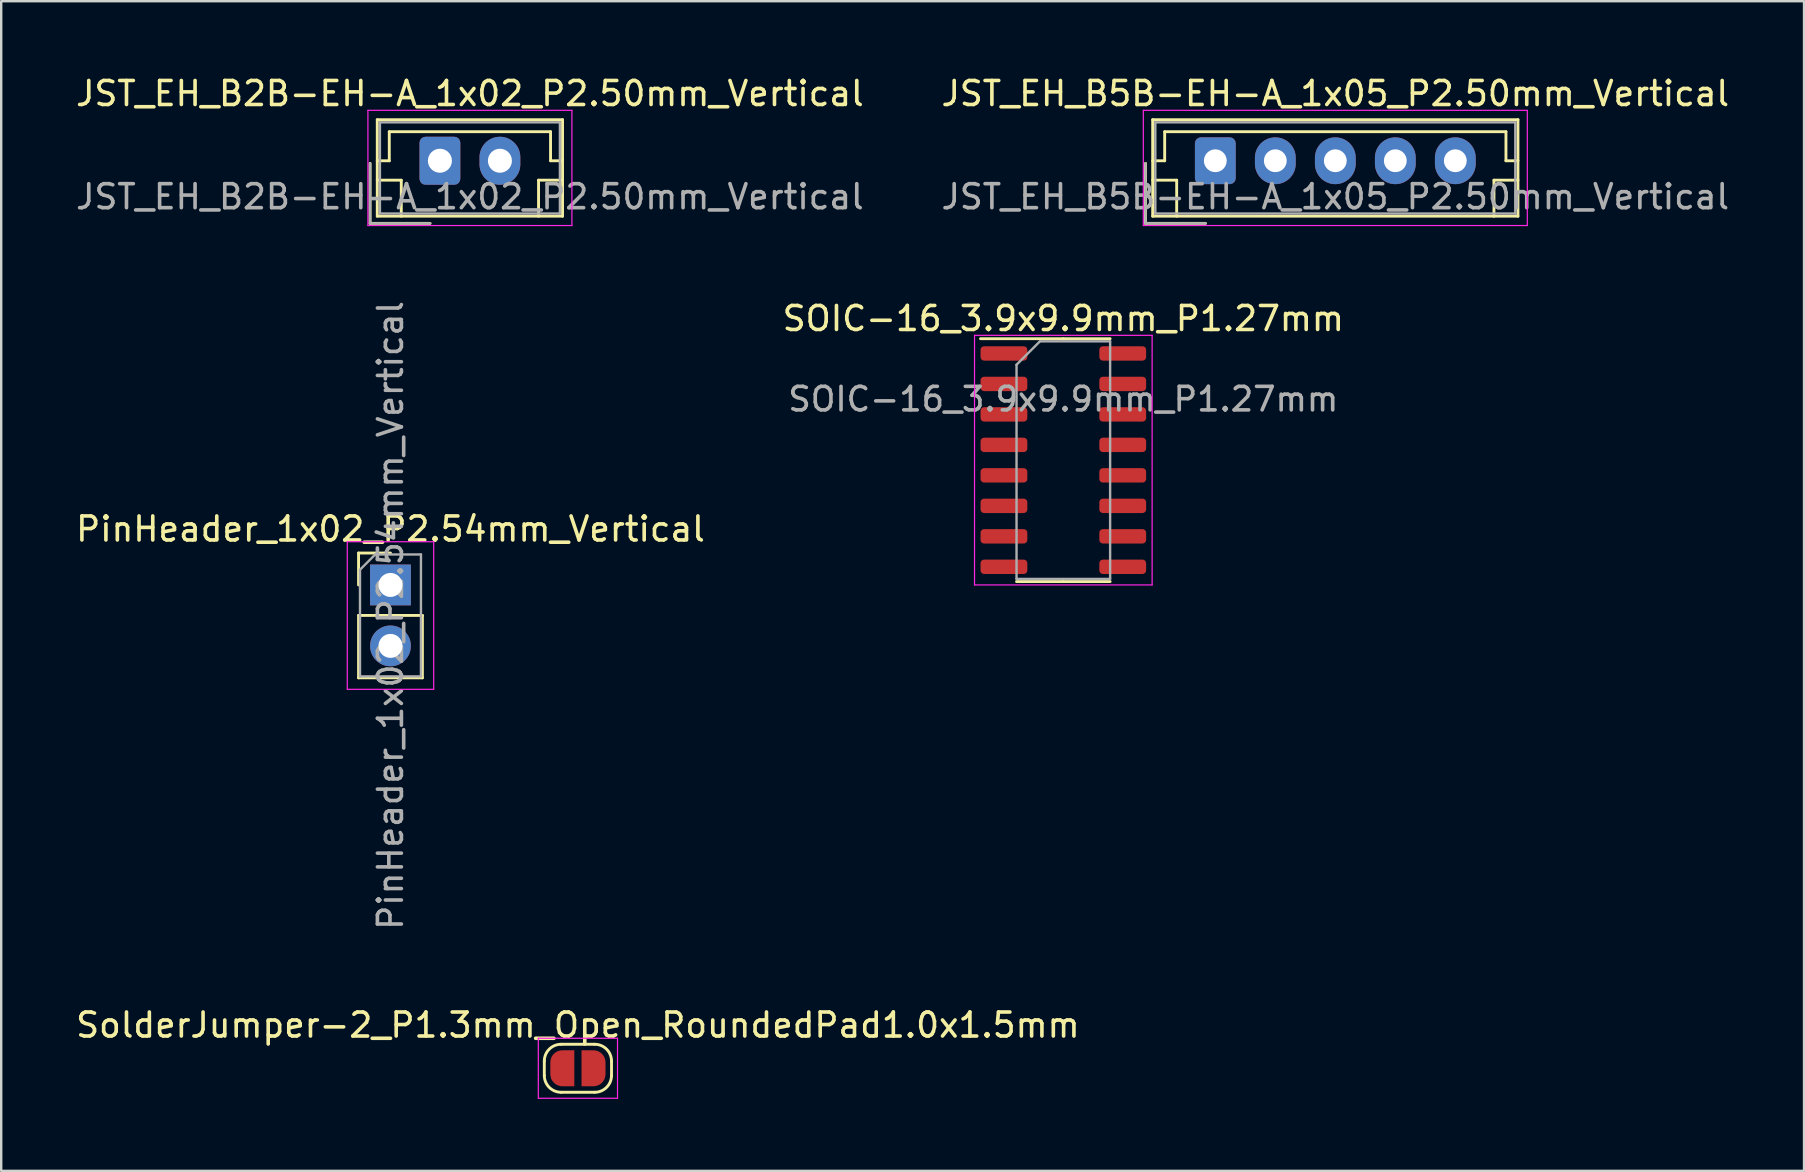
<source format=kicad_pcb>
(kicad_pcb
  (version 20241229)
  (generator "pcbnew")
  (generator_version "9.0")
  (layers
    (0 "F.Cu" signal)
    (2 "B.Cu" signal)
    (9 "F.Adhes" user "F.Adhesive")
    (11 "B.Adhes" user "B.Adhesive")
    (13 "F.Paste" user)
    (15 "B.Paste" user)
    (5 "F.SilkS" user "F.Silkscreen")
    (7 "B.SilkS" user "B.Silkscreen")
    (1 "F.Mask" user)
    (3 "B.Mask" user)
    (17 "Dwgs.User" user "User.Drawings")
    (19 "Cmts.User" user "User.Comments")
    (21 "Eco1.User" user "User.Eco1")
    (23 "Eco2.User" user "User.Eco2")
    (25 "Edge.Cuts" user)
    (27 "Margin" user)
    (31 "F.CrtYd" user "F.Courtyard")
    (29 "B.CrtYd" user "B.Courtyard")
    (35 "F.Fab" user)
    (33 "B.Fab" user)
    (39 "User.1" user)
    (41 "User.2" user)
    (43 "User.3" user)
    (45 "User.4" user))
  (footprint "SOIC-16_3.9x9.9mm_P1.27mm"
    (layer "F.Cu")
    (at 41.256 16.122)
    (property "Reference" "SOIC-16_3.9x9.9mm_P1.27mm" (at 0 -5.9 0) (layer "F.SilkS") (effects (font (size 1 1) (thickness 0.15))))
    (attr smd)
    (fp_line (start 0 -5.06) (end -3.45 -5.06) (stroke (width 0.12) (type solid)) (layer "F.SilkS"))
    (fp_line (start 0 -5.06) (end 1.95 -5.06) (stroke (width 0.12) (type solid)) (layer "F.SilkS"))
    (fp_line (start 0 5.06) (end -1.95 5.06) (stroke (width 0.12) (type solid)) (layer "F.SilkS"))
    (fp_line (start 0 5.06) (end 1.95 5.06) (stroke (width 0.12) (type solid)) (layer "F.SilkS"))
    (fp_line (start -3.7 -5.2) (end -3.7 5.2) (stroke (width 0.05) (type solid)) (layer "F.CrtYd"))
    (fp_line (start -3.7 5.2) (end 3.7 5.2) (stroke (width 0.05) (type solid)) (layer "F.CrtYd"))
    (fp_line (start 3.7 -5.2) (end -3.7 -5.2) (stroke (width 0.05) (type solid)) (layer "F.CrtYd"))
    (fp_line (start 3.7 5.2) (end 3.7 -5.2) (stroke (width 0.05) (type solid)) (layer "F.CrtYd"))
    (fp_line (start -1.95 -3.975) (end -0.975 -4.95) (stroke (width 0.1) (type solid)) (layer "F.Fab"))
    (fp_line (start -1.95 4.95) (end -1.95 -3.975) (stroke (width 0.1) (type solid)) (layer "F.Fab"))
    (fp_line (start -0.975 -4.95) (end 1.95 -4.95) (stroke (width 0.1) (type solid)) (layer "F.Fab"))
    (fp_line (start 1.95 -4.95) (end 1.95 4.95) (stroke (width 0.1) (type solid)) (layer "F.Fab"))
    (fp_line (start 1.95 4.95) (end -1.95 4.95) (stroke (width 0.1) (type solid)) (layer "F.Fab"))
    (fp_text user "${REFERENCE}" (at 0 -2.54 0) (layer "F.Fab") (effects (font (size 0.98 0.98) (thickness 0.15))))
    (pad "1" smd roundrect (at -2.475 -4.445) (size 1.95 0.6) (layers "F.Cu" "F.Mask" "F.Paste") (roundrect_rratio 0.25))
    (pad "2" smd roundrect (at -2.475 -3.175) (size 1.95 0.6) (layers "F.Cu" "F.Mask" "F.Paste") (roundrect_rratio 0.25))
    (pad "3" smd roundrect (at -2.475 -1.905) (size 1.95 0.6) (layers "F.Cu" "F.Mask" "F.Paste") (roundrect_rratio 0.25))
    (pad "4" smd roundrect (at -2.475 -0.635) (size 1.95 0.6) (layers "F.Cu" "F.Mask" "F.Paste") (roundrect_rratio 0.25))
    (pad "5" smd roundrect (at -2.475 0.635) (size 1.95 0.6) (layers "F.Cu" "F.Mask" "F.Paste") (roundrect_rratio 0.25))
    (pad "6" smd roundrect (at -2.475 1.905) (size 1.95 0.6) (layers "F.Cu" "F.Mask" "F.Paste") (roundrect_rratio 0.25))
    (pad "7" smd roundrect (at -2.475 3.175) (size 1.95 0.6) (layers "F.Cu" "F.Mask" "F.Paste") (roundrect_rratio 0.25))
    (pad "8" smd roundrect (at -2.475 4.445) (size 1.95 0.6) (layers "F.Cu" "F.Mask" "F.Paste") (roundrect_rratio 0.25))
    (pad "9" smd roundrect (at 2.475 4.445) (size 1.95 0.6) (layers "F.Cu" "F.Mask" "F.Paste") (roundrect_rratio 0.25))
    (pad "10" smd roundrect (at 2.475 3.175) (size 1.95 0.6) (layers "F.Cu" "F.Mask" "F.Paste") (roundrect_rratio 0.25))
    (pad "11" smd roundrect (at 2.475 1.905) (size 1.95 0.6) (layers "F.Cu" "F.Mask" "F.Paste") (roundrect_rratio 0.25))
    (pad "12" smd roundrect (at 2.475 0.635) (size 1.95 0.6) (layers "F.Cu" "F.Mask" "F.Paste") (roundrect_rratio 0.25))
    (pad "13" smd roundrect (at 2.475 -0.635) (size 1.95 0.6) (layers "F.Cu" "F.Mask" "F.Paste") (roundrect_rratio 0.25))
    (pad "14" smd roundrect (at 2.475 -1.905) (size 1.95 0.6) (layers "F.Cu" "F.Mask" "F.Paste") (roundrect_rratio 0.25))
    (pad "15" smd roundrect (at 2.475 -3.175) (size 1.95 0.6) (layers "F.Cu" "F.Mask" "F.Paste") (roundrect_rratio 0.25))
    (pad "16" smd roundrect (at 2.475 -4.445) (size 1.95 0.6) (layers "F.Cu" "F.Mask" "F.Paste") (roundrect_rratio 0.25)))
  (footprint "JST_EH_B5B-EH-A_1x05_P2.50mm_Vertical"
    (layer "F.Cu")
    (at 47.589 3.648)
    (property "Reference" "JST_EH_B5B-EH-A_1x05_P2.50mm_Vertical" (at 5 -2.8 180) (layer "F.SilkS") (effects (font (size 1 1) (thickness 0.15))))
    (attr through_hole)
    (fp_line (start -2.91 0.11) (end -2.91 2.61) (stroke (width 0.12) (type solid)) (layer "F.SilkS"))
    (fp_line (start -2.91 2.61) (end -0.41 2.61) (stroke (width 0.12) (type solid)) (layer "F.SilkS"))
    (fp_line (start -2.61 -1.71) (end -2.61 2.31) (stroke (width 0.12) (type solid)) (layer "F.SilkS"))
    (fp_line (start -2.61 0) (end -2.11 0) (stroke (width 0.12) (type solid)) (layer "F.SilkS"))
    (fp_line (start -2.61 0.81) (end -1.61 0.81) (stroke (width 0.12) (type solid)) (layer "F.SilkS"))
    (fp_line (start -2.61 2.31) (end 12.61 2.31) (stroke (width 0.12) (type solid)) (layer "F.SilkS"))
    (fp_line (start -2.11 -1.21) (end 12.11 -1.21) (stroke (width 0.12) (type solid)) (layer "F.SilkS"))
    (fp_line (start -2.11 0) (end -2.11 -1.21) (stroke (width 0.12) (type solid)) (layer "F.SilkS"))
    (fp_line (start -1.61 0.81) (end -1.61 2.31) (stroke (width 0.12) (type solid)) (layer "F.SilkS"))
    (fp_line (start 11.61 0.81) (end 11.61 2.31) (stroke (width 0.12) (type solid)) (layer "F.SilkS"))
    (fp_line (start 12.11 -1.21) (end 12.11 0) (stroke (width 0.12) (type solid)) (layer "F.SilkS"))
    (fp_line (start 12.11 0) (end 12.61 0) (stroke (width 0.12) (type solid)) (layer "F.SilkS"))
    (fp_line (start 12.61 -1.71) (end -2.61 -1.71) (stroke (width 0.12) (type solid)) (layer "F.SilkS"))
    (fp_line (start 12.61 0.81) (end 11.61 0.81) (stroke (width 0.12) (type solid)) (layer "F.SilkS"))
    (fp_line (start 12.61 2.31) (end 12.61 -1.71) (stroke (width 0.12) (type solid)) (layer "F.SilkS"))
    (fp_line (start -3 -2.1) (end -3 2.7) (stroke (width 0.05) (type solid)) (layer "F.CrtYd"))
    (fp_line (start -3 2.7) (end 13 2.7) (stroke (width 0.05) (type solid)) (layer "F.CrtYd"))
    (fp_line (start 13 -2.1) (end -3 -2.1) (stroke (width 0.05) (type solid)) (layer "F.CrtYd"))
    (fp_line (start 13 2.7) (end 13 -2.1) (stroke (width 0.05) (type solid)) (layer "F.CrtYd"))
    (fp_line (start -2.91 0.11) (end -2.91 2.61) (stroke (width 0.1) (type solid)) (layer "F.Fab"))
    (fp_line (start -2.91 2.61) (end -0.41 2.61) (stroke (width 0.1) (type solid)) (layer "F.Fab"))
    (fp_line (start -2.5 -1.6) (end -2.5 2.2) (stroke (width 0.1) (type solid)) (layer "F.Fab"))
    (fp_line (start -2.5 2.2) (end 12.5 2.2) (stroke (width 0.1) (type solid)) (layer "F.Fab"))
    (fp_line (start 12.5 -1.6) (end -2.5 -1.6) (stroke (width 0.1) (type solid)) (layer "F.Fab"))
    (fp_line (start 12.5 2.2) (end 12.5 -1.6) (stroke (width 0.1) (type solid)) (layer "F.Fab"))
    (fp_text user "${REFERENCE}" (at 5 1.5 180) (layer "F.Fab") (effects (font (size 1 1) (thickness 0.15))))
    (pad "1" thru_hole roundrect (at 0 0) (size 1.7 1.95) (drill 0.95) (layers "*.Cu" "*.Mask") (roundrect_rratio 0.147))
    (pad "2" thru_hole oval (at 2.5 0) (size 1.7 1.95) (drill 0.95) (layers "*.Cu" "*.Mask"))
    (pad "3" thru_hole oval (at 5 0) (size 1.7 1.95) (drill 0.95) (layers "*.Cu" "*.Mask"))
    (pad "4" thru_hole oval (at 7.5 0) (size 1.7 1.95) (drill 0.95) (layers "*.Cu" "*.Mask"))
    (pad "5" thru_hole oval (at 10 0) (size 1.7 1.95) (drill 0.95) (layers "*.Cu" "*.Mask")))
  (footprint "PinHeader_1x02_P2.54mm_Vertical"
    (layer "F.Cu")
    (at 13.22 21.323)
    (property "Reference" "PinHeader_1x02_P2.54mm_Vertical" (at 0 -2.33 0) (layer "F.SilkS") (effects (font (size 1 1) (thickness 0.15))))
    (attr through_hole)
    (fp_line (start -1.33 -1.33) (end 0 -1.33) (stroke (width 0.12) (type solid)) (layer "F.SilkS"))
    (fp_line (start -1.33 0) (end -1.33 -1.33) (stroke (width 0.12) (type solid)) (layer "F.SilkS"))
    (fp_line (start -1.33 1.27) (end -1.33 3.87) (stroke (width 0.12) (type solid)) (layer "F.SilkS"))
    (fp_line (start -1.33 1.27) (end 1.33 1.27) (stroke (width 0.12) (type solid)) (layer "F.SilkS"))
    (fp_line (start -1.33 3.87) (end 1.33 3.87) (stroke (width 0.12) (type solid)) (layer "F.SilkS"))
    (fp_line (start 1.33 1.27) (end 1.33 3.87) (stroke (width 0.12) (type solid)) (layer "F.SilkS"))
    (fp_line (start -1.8 -1.8) (end -1.8 4.35) (stroke (width 0.05) (type solid)) (layer "F.CrtYd"))
    (fp_line (start -1.8 4.35) (end 1.8 4.35) (stroke (width 0.05) (type solid)) (layer "F.CrtYd"))
    (fp_line (start 1.8 -1.8) (end -1.8 -1.8) (stroke (width 0.05) (type solid)) (layer "F.CrtYd"))
    (fp_line (start 1.8 4.35) (end 1.8 -1.8) (stroke (width 0.05) (type solid)) (layer "F.CrtYd"))
    (fp_line (start -1.27 -0.635) (end -0.635 -1.27) (stroke (width 0.1) (type solid)) (layer "F.Fab"))
    (fp_line (start -1.27 3.81) (end -1.27 -0.635) (stroke (width 0.1) (type solid)) (layer "F.Fab"))
    (fp_line (start -0.635 -1.27) (end 1.27 -1.27) (stroke (width 0.1) (type solid)) (layer "F.Fab"))
    (fp_line (start 1.27 -1.27) (end 1.27 3.81) (stroke (width 0.1) (type solid)) (layer "F.Fab"))
    (fp_line (start 1.27 3.81) (end -1.27 3.81) (stroke (width 0.1) (type solid)) (layer "F.Fab"))
    (fp_text user "${REFERENCE}" (at 0 1.27 90) (layer "F.Fab") (effects (font (size 1 1) (thickness 0.15))))
    (pad "1" thru_hole rect (at 0 0) (size 1.7 1.7) (drill 1) (layers "*.Cu" "*.Mask"))
    (pad "2" thru_hole oval (at 0 2.54) (size 1.7 1.7) (drill 1) (layers "*.Cu" "*.Mask")))
  (footprint "SolderJumper-2_P1.3mm_Open_RoundedPad1.0x1.5mm"
    (layer "F.Cu")
    (at 21.03 41.462)
    (property "Reference" "SolderJumper-2_P1.3mm_Open_RoundedPad1.0x1.5mm" (at 0 -1.8 180) (layer "F.SilkS") (effects (font (size 1 1) (thickness 0.15))))
    (attr exclude_from_pos_files)
    (fp_line (start -1.4 0.3) (end -1.4 -0.3) (stroke (width 0.12) (type solid)) (layer "F.SilkS"))
    (fp_line (start -0.7 -1) (end 0.7 -1) (stroke (width 0.12) (type solid)) (layer "F.SilkS"))
    (fp_line (start 0.7 1) (end -0.7 1) (stroke (width 0.12) (type solid)) (layer "F.SilkS"))
    (fp_line (start 1.4 -0.3) (end 1.4 0.3) (stroke (width 0.12) (type solid)) (layer "F.SilkS"))
    (fp_arc (start -1.4 -0.3) (mid -1.194975 -0.794975) (end -0.7 -1) (stroke (width 0.12) (type solid)) (layer "F.SilkS"))
    (fp_arc (start -0.7 1) (mid -1.194975 0.794975) (end -1.4 0.3) (stroke (width 0.12) (type solid)) (layer "F.SilkS"))
    (fp_arc (start 0.7 -1) (mid 1.194975 -0.794975) (end 1.4 -0.3) (stroke (width 0.12) (type solid)) (layer "F.SilkS"))
    (fp_arc (start 1.4 0.3) (mid 1.194975 0.794975) (end 0.7 1) (stroke (width 0.12) (type solid)) (layer "F.SilkS"))
    (fp_line (start -1.65 -1.25) (end -1.65 1.25) (stroke (width 0.05) (type solid)) (layer "F.CrtYd"))
    (fp_line (start -1.65 -1.25) (end 1.65 -1.25) (stroke (width 0.05) (type solid)) (layer "F.CrtYd"))
    (fp_line (start 1.65 1.25) (end -1.65 1.25) (stroke (width 0.05) (type solid)) (layer "F.CrtYd"))
    (fp_line (start 1.65 1.25) (end 1.65 -1.25) (stroke (width 0.05) (type solid)) (layer "F.CrtYd"))
    (pad "1" smd custom (at -0.65 0) (size 1 0.5) (layers "F.Cu" "F.Mask") (options (anchor rect)) (primitives (gr_circle (center 0 0.25) (end 0.5 0.25) (width 0) (fill yes)) (gr_circle (center 0 -0.25) (end 0.5 -0.25) (width 0) (fill yes)) (gr_poly (pts (xy 0.5 0.75) (xy 0 0.75) (xy 0 -0.75) (xy 0.5 -0.75)) (width 0) (fill yes))))
    (pad "2" smd custom (at 0.65 0) (size 1 0.5) (layers "F.Cu" "F.Mask") (options (anchor rect)) (primitives (gr_circle (center 0 0.25) (end 0.5 0.25) (width 0) (fill yes)) (gr_circle (center 0 -0.25) (end 0.5 -0.25) (width 0) (fill yes)) (gr_poly (pts (xy 0 0.75) (xy -0.5 0.75) (xy -0.5 -0.75) (xy 0 -0.75)) (width 0) (fill yes)))))
  (footprint "JST_EH_B2B-EH-A_1x02_P2.50mm_Vertical"
    (layer "F.Cu")
    (at 15.28 3.648)
    (property "Reference" "JST_EH_B2B-EH-A_1x02_P2.50mm_Vertical" (at 1.25 -2.8 0) (layer "F.SilkS") (effects (font (size 1 1) (thickness 0.15))))
    (attr through_hole)
    (fp_line (start -2.91 0.11) (end -2.91 2.61) (stroke (width 0.12) (type solid)) (layer "F.SilkS"))
    (fp_line (start -2.91 2.61) (end -0.41 2.61) (stroke (width 0.12) (type solid)) (layer "F.SilkS"))
    (fp_line (start -2.61 -1.71) (end -2.61 2.31) (stroke (width 0.12) (type solid)) (layer "F.SilkS"))
    (fp_line (start -2.61 0) (end -2.11 0) (stroke (width 0.12) (type solid)) (layer "F.SilkS"))
    (fp_line (start -2.61 0.81) (end -1.61 0.81) (stroke (width 0.12) (type solid)) (layer "F.SilkS"))
    (fp_line (start -2.61 2.31) (end 5.11 2.31) (stroke (width 0.12) (type solid)) (layer "F.SilkS"))
    (fp_line (start -2.11 -1.21) (end 4.61 -1.21) (stroke (width 0.12) (type solid)) (layer "F.SilkS"))
    (fp_line (start -2.11 0) (end -2.11 -1.21) (stroke (width 0.12) (type solid)) (layer "F.SilkS"))
    (fp_line (start -1.61 0.81) (end -1.61 2.31) (stroke (width 0.12) (type solid)) (layer "F.SilkS"))
    (fp_line (start 4.11 0.81) (end 4.11 2.31) (stroke (width 0.12) (type solid)) (layer "F.SilkS"))
    (fp_line (start 4.61 -1.21) (end 4.61 0) (stroke (width 0.12) (type solid)) (layer "F.SilkS"))
    (fp_line (start 4.61 0) (end 5.11 0) (stroke (width 0.12) (type solid)) (layer "F.SilkS"))
    (fp_line (start 5.11 -1.71) (end -2.61 -1.71) (stroke (width 0.12) (type solid)) (layer "F.SilkS"))
    (fp_line (start 5.11 0.81) (end 4.11 0.81) (stroke (width 0.12) (type solid)) (layer "F.SilkS"))
    (fp_line (start 5.11 2.31) (end 5.11 -1.71) (stroke (width 0.12) (type solid)) (layer "F.SilkS"))
    (fp_line (start -3 -2.1) (end -3 2.7) (stroke (width 0.05) (type solid)) (layer "F.CrtYd"))
    (fp_line (start -3 2.7) (end 5.5 2.7) (stroke (width 0.05) (type solid)) (layer "F.CrtYd"))
    (fp_line (start 5.5 -2.1) (end -3 -2.1) (stroke (width 0.05) (type solid)) (layer "F.CrtYd"))
    (fp_line (start 5.5 2.7) (end 5.5 -2.1) (stroke (width 0.05) (type solid)) (layer "F.CrtYd"))
    (fp_line (start -2.91 0.11) (end -2.91 2.61) (stroke (width 0.1) (type solid)) (layer "F.Fab"))
    (fp_line (start -2.91 2.61) (end -0.41 2.61) (stroke (width 0.1) (type solid)) (layer "F.Fab"))
    (fp_line (start -2.5 -1.6) (end -2.5 2.2) (stroke (width 0.1) (type solid)) (layer "F.Fab"))
    (fp_line (start -2.5 2.2) (end 5 2.2) (stroke (width 0.1) (type solid)) (layer "F.Fab"))
    (fp_line (start 5 -1.6) (end -2.5 -1.6) (stroke (width 0.1) (type solid)) (layer "F.Fab"))
    (fp_line (start 5 2.2) (end 5 -1.6) (stroke (width 0.1) (type solid)) (layer "F.Fab"))
    (fp_text user "${REFERENCE}" (at 1.25 1.5 0) (layer "F.Fab") (effects (font (size 1 1) (thickness 0.15))))
    (pad "1" thru_hole roundrect (at 0 0) (size 1.7 2) (drill 1) (layers "*.Cu" "*.Mask") (roundrect_rratio 0.147))
    (pad "2" thru_hole oval (at 2.5 0) (size 1.7 2) (drill 1) (layers "*.Cu" "*.Mask")))
  (gr_rect
    (start -3 -3)
    (end 72.119 45.737)
    (stroke (width 0.1) (type default))
    (fill no)
    (layer "Edge.Cuts")))
</source>
